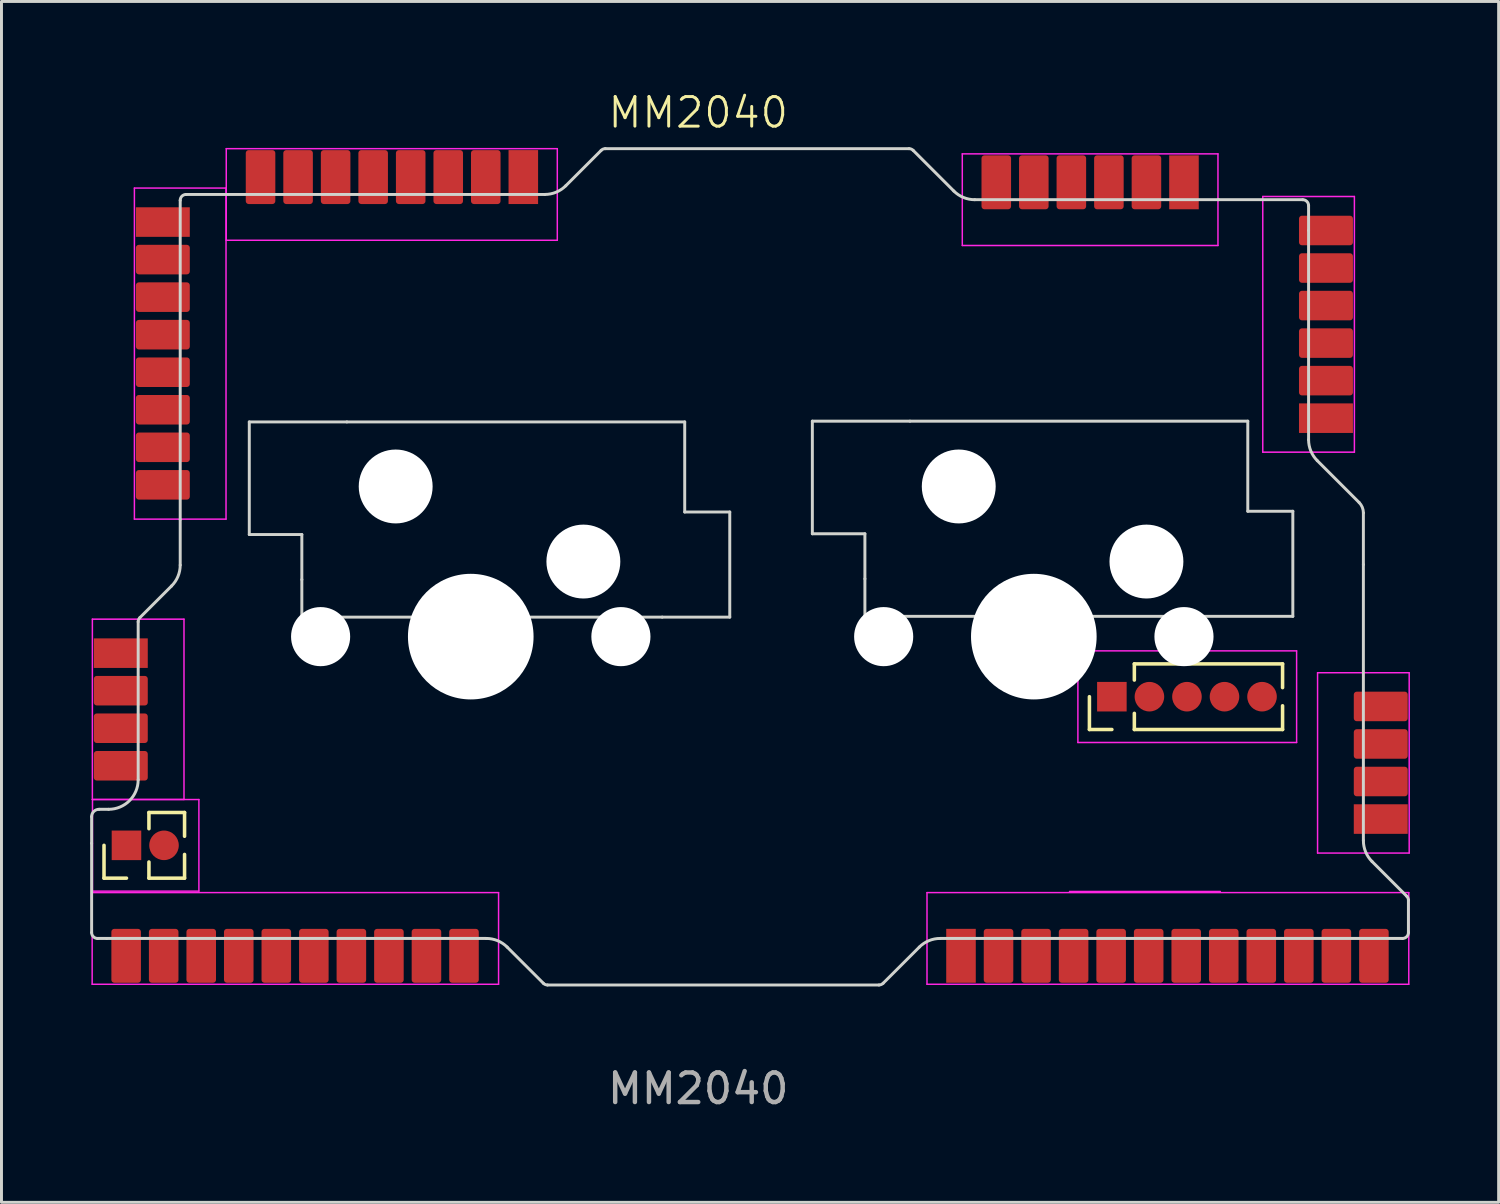
<source format=kicad_pcb>
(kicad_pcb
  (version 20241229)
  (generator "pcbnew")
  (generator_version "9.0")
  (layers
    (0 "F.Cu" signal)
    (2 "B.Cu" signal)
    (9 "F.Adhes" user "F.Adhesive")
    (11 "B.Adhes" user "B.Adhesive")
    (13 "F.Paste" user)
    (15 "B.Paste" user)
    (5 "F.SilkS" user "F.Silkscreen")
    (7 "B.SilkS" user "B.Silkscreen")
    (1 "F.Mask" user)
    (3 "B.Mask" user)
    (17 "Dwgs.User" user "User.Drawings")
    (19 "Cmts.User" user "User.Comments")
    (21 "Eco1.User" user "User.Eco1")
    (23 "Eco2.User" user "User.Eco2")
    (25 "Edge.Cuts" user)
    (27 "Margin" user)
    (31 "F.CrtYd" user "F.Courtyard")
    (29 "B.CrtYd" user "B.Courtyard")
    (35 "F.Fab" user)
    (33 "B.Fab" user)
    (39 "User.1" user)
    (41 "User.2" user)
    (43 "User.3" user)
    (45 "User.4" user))
  (footprint "MM2040"
    (layer "F.Cu")
    (at 23.113 16)
    (property "Reference" "MM2040" (at -2.54 -15.24 0) (unlocked yes) (layer "F.SilkS") (effects (font (size 1 1) (thickness 0.1))))
    (attr smd)
    (fp_line (start -22.644 10.66) (end -22.644 9.55) (stroke (width 0.12) (type solid)) (layer "F.SilkS"))
    (fp_line (start -21.884 10.66) (end -22.644 10.66) (stroke (width 0.12) (type solid)) (layer "F.SilkS"))
    (fp_line (start -21.124 8.44) (end -19.919 8.44) (stroke (width 0.12) (type solid)) (layer "F.SilkS"))
    (fp_line (start -21.124 8.987) (end -21.124 8.44) (stroke (width 0.12) (type solid)) (layer "F.SilkS"))
    (fp_line (start -21.124 10.66) (end -21.124 10.114) (stroke (width 0.12) (type solid)) (layer "F.SilkS"))
    (fp_line (start -21.124 10.66) (end -19.919 10.66) (stroke (width 0.12) (type solid)) (layer "F.SilkS"))
    (fp_line (start -19.919 9.243) (end -19.919 8.44) (stroke (width 0.12) (type solid)) (layer "F.SilkS"))
    (fp_line (start -19.919 10.66) (end -19.919 9.858) (stroke (width 0.12) (type solid)) (layer "F.SilkS"))
    (fp_line (start 10.695 5.631) (end 10.695 4.521) (stroke (width 0.12) (type solid)) (layer "F.SilkS"))
    (fp_line (start 11.455 5.631) (end 10.695 5.631) (stroke (width 0.12) (type solid)) (layer "F.SilkS"))
    (fp_line (start 12.215 3.411) (end 17.23 3.411) (stroke (width 0.12) (type solid)) (layer "F.SilkS"))
    (fp_line (start 12.215 3.958) (end 12.215 3.411) (stroke (width 0.12) (type solid)) (layer "F.SilkS"))
    (fp_line (start 12.215 5.631) (end 12.215 5.085) (stroke (width 0.12) (type solid)) (layer "F.SilkS"))
    (fp_line (start 12.215 5.631) (end 17.23 5.631) (stroke (width 0.12) (type solid)) (layer "F.SilkS"))
    (fp_line (start 17.23 4.214) (end 17.23 3.411) (stroke (width 0.12) (type solid)) (layer "F.SilkS"))
    (fp_line (start 17.23 5.631) (end 17.23 4.829) (stroke (width 0.12) (type solid)) (layer "F.SilkS"))
    (fp_line (start -23.063 8.581) (end -23.063 9.481) (stroke (width 0.1) (type default)) (layer "Edge.Cuts"))
    (fp_line (start -23.063 12.5) (end -23.063 9.481) (stroke (width 0.1) (type default)) (layer "Edge.Cuts"))
    (fp_line (start -22.555 12.7) (end -22.863 12.7) (stroke (width 0.1) (type default)) (layer "Edge.Cuts"))
    (fp_line (start -22.555 12.7) (end -9.711 12.7) (stroke (width 0.1) (type default)) (layer "Edge.Cuts"))
    (fp_line (start -22.488 8.331) (end -22.813 8.331) (stroke (width 0.1) (type default)) (layer "Edge.Cuts"))
    (fp_line (start -21.488 7.331) (end -21.488 1.988) (stroke (width 0.1) (type default)) (layer "Edge.Cuts"))
    (fp_line (start -21.43 1.846) (end -20.359 0.775) (stroke (width 0.1) (type default)) (layer "Edge.Cuts"))
    (fp_line (start -20.066 -1.473) (end -20.066 -12.271) (stroke (width 0.1) (type default)) (layer "Edge.Cuts"))
    (fp_line (start -20.066 -1.473) (end -20.066 0.068) (stroke (width 0.1) (type default)) (layer "Edge.Cuts"))
    (fp_line (start -19.866 -12.471) (end -7.729 -12.471) (stroke (width 0.1) (type default)) (layer "Edge.Cuts"))
    (fp_line (start -17.729 -4.775) (end -17.729 -0.965) (stroke (width 0.1) (type default)) (layer "Edge.Cuts"))
    (fp_line (start -17.729 -0.965) (end -15.951 -0.965) (stroke (width 0.1) (type default)) (layer "Edge.Cuts"))
    (fp_line (start -15.951 -0.965) (end -15.951 0.559) (stroke (width 0.1) (type default)) (layer "Edge.Cuts"))
    (fp_line (start -15.951 1.829) (end -15.951 0.559) (stroke (width 0.1) (type default)) (layer "Edge.Cuts"))
    (fp_line (start -15.951 1.829) (end -3.759 1.829) (stroke (width 0.1) (type default)) (layer "Edge.Cuts"))
    (fp_line (start -14.427 -4.775) (end -17.729 -4.775) (stroke (width 0.1) (type default)) (layer "Edge.Cuts"))
    (fp_line (start -14.427 -4.775) (end -2.997 -4.775) (stroke (width 0.1) (type default)) (layer "Edge.Cuts"))
    (fp_line (start -9.004 12.993) (end -7.78 14.216) (stroke (width 0.1) (type default)) (layer "Edge.Cuts"))
    (fp_line (start -7.639 14.275) (end 3.575 14.275) (stroke (width 0.1) (type default)) (layer "Edge.Cuts"))
    (fp_line (start -7.022 -12.764) (end -5.824 -13.962) (stroke (width 0.1) (type default)) (layer "Edge.Cuts"))
    (fp_line (start -5.683 -14.021) (end 4.591 -14.021) (stroke (width 0.1) (type default)) (layer "Edge.Cuts"))
    (fp_line (start -2.997 -4.775) (end -2.997 -1.727) (stroke (width 0.1) (type default)) (layer "Edge.Cuts"))
    (fp_line (start -2.997 -1.727) (end -1.473 -1.727) (stroke (width 0.1) (type default)) (layer "Edge.Cuts"))
    (fp_line (start -1.473 -1.727) (end -1.473 1.829) (stroke (width 0.1) (type default)) (layer "Edge.Cuts"))
    (fp_line (start -1.473 1.829) (end -3.759 1.829) (stroke (width 0.1) (type default)) (layer "Edge.Cuts"))
    (fp_line (start 1.321 -4.801) (end 1.321 -0.991) (stroke (width 0.1) (type default)) (layer "Edge.Cuts"))
    (fp_line (start 1.321 -0.991) (end 3.099 -0.991) (stroke (width 0.1) (type default)) (layer "Edge.Cuts"))
    (fp_line (start 3.099 -0.991) (end 3.099 0.533) (stroke (width 0.1) (type default)) (layer "Edge.Cuts"))
    (fp_line (start 3.099 1.803) (end 3.099 0.533) (stroke (width 0.1) (type default)) (layer "Edge.Cuts"))
    (fp_line (start 4.623 -4.801) (end 1.321 -4.801) (stroke (width 0.1) (type default)) (layer "Edge.Cuts"))
    (fp_line (start 4.623 -4.801) (end 16.053 -4.801) (stroke (width 0.1) (type default)) (layer "Edge.Cuts"))
    (fp_line (start 4.94 12.993) (end 3.716 14.216) (stroke (width 0.1) (type default)) (layer "Edge.Cuts"))
    (fp_line (start 5.647 12.7) (end 21.288 12.7) (stroke (width 0.1) (type default)) (layer "Edge.Cuts"))
    (fp_line (start 6.108 -12.586) (end 4.732 -13.962) (stroke (width 0.1) (type default)) (layer "Edge.Cuts"))
    (fp_line (start 6.815 -12.294) (end 15.062 -12.294) (stroke (width 0.1) (type default)) (layer "Edge.Cuts"))
    (fp_line (start 16.053 -4.801) (end 16.053 -1.753) (stroke (width 0.1) (type default)) (layer "Edge.Cuts"))
    (fp_line (start 16.053 -1.753) (end 17.577 -1.753) (stroke (width 0.1) (type default)) (layer "Edge.Cuts"))
    (fp_line (start 17.577 -1.753) (end 17.577 1.803) (stroke (width 0.1) (type default)) (layer "Edge.Cuts"))
    (fp_line (start 17.577 1.803) (end 3.099 1.803) (stroke (width 0.1) (type default)) (layer "Edge.Cuts"))
    (fp_line (start 17.91 -12.294) (end 15.062 -12.294) (stroke (width 0.1) (type default)) (layer "Edge.Cuts"))
    (fp_line (start 18.11 -11.252) (end 18.11 -12.094) (stroke (width 0.1) (type default)) (layer "Edge.Cuts"))
    (fp_line (start 18.11 -11.252) (end 18.11 -4.173) (stroke (width 0.1) (type default)) (layer "Edge.Cuts"))
    (fp_line (start 18.403 -3.466) (end 19.818 -2.051) (stroke (width 0.1) (type default)) (layer "Edge.Cuts"))
    (fp_line (start 19.964 0.051) (end 19.964 -1.698) (stroke (width 0.1) (type default)) (layer "Edge.Cuts"))
    (fp_line (start 19.964 9.39) (end 19.964 0.051) (stroke (width 0.1) (type default)) (layer "Edge.Cuts"))
    (fp_line (start 20.257 10.097) (end 21.43 11.27) (stroke (width 0.1) (type default)) (layer "Edge.Cuts"))
    (fp_line (start 21.488 12.5) (end 21.488 11.411) (stroke (width 0.1) (type default)) (layer "Edge.Cuts"))
    (fp_arc (start -23.0632 8.5812) (mid -22.989977 8.404423) (end -22.8132 8.3312) (stroke (width 0.1) (type default)) (layer "Edge.Cuts"))
    (fp_arc (start -22.8632 12.7) (mid -23.004621 12.641421) (end -23.0632 12.5) (stroke (width 0.1) (type default)) (layer "Edge.Cuts"))
    (fp_arc (start -21.4884 1.987843) (mid -21.473191 1.9113) (end -21.429821 1.846421) (stroke (width 0.1) (type default)) (layer "Edge.Cuts"))
    (fp_arc (start -21.4884 7.3312) (mid -21.781293 8.038307) (end -22.4884 8.3312) (stroke (width 0.1) (type default)) (layer "Edge.Cuts"))
    (fp_arc (start -20.066 -12.2714) (mid -20.007421 -12.412821) (end -19.866 -12.4714) (stroke (width 0.1) (type default)) (layer "Edge.Cuts"))
    (fp_arc (start -20.066 0.068386) (mid -20.142116 0.451071) (end -20.358893 0.775493) (stroke (width 0.1) (type default)) (layer "Edge.Cuts"))
    (fp_arc (start -9.710614 12.7) (mid -9.327931 12.776123) (end -9.003507 12.992893) (stroke (width 0.1) (type default)) (layer "Edge.Cuts"))
    (fp_arc (start -7.638757 14.2748) (mid -7.7153 14.259591) (end -7.780178 14.216222) (stroke (width 0.1) (type default)) (layer "Edge.Cuts"))
    (fp_arc (start -7.022307 -12.764293) (mid -7.346741 -12.547545) (end -7.729414 -12.4714) (stroke (width 0.1) (type default)) (layer "Edge.Cuts"))
    (fp_arc (start -5.824378 -13.962222) (mid -5.759484 -14.005554) (end -5.682957 -14.0208) (stroke (width 0.1) (type default)) (layer "Edge.Cuts"))
    (fp_arc (start 3.716178 14.216222) (mid 3.651288 14.259563) (end 3.574757 14.2748) (stroke (width 0.1) (type default)) (layer "Edge.Cuts"))
    (fp_arc (start 4.590757 -14.0208) (mid 4.6673 -14.005591) (end 4.732178 -13.962222) (stroke (width 0.1) (type default)) (layer "Edge.Cuts"))
    (fp_arc (start 4.939507 12.992893) (mid 5.263932 12.776125) (end 5.646614 12.7) (stroke (width 0.1) (type default)) (layer "Edge.Cuts"))
    (fp_arc (start 6.815014 -12.2936) (mid 6.432331 -12.369723) (end 6.107907 -12.586493) (stroke (width 0.1) (type default)) (layer "Edge.Cuts"))
    (fp_arc (start 17.9102 -12.2936) (mid 18.051621 -12.235021) (end 18.1102 -12.0936) (stroke (width 0.1) (type default)) (layer "Edge.Cuts"))
    (fp_arc (start 18.403093 -3.466307) (mid 18.186322 -3.790732) (end 18.1102 -4.173414) (stroke (width 0.1) (type default)) (layer "Edge.Cuts"))
    (fp_arc (start 19.817954 -2.051446) (mid 19.926338 -1.889234) (end 19.9644 -1.697893) (stroke (width 0.1) (type default)) (layer "Edge.Cuts"))
    (fp_arc (start 20.257293 10.097293) (mid 20.040546 9.772863) (end 19.9644 9.390186) (stroke (width 0.1) (type default)) (layer "Edge.Cuts"))
    (fp_arc (start 21.429822 11.269822) (mid 21.473164 11.334714) (end 21.4884 11.411243) (stroke (width 0.1) (type default)) (layer "Edge.Cuts"))
    (fp_arc (start 21.4884 12.5) (mid 21.429821 12.641421) (end 21.2884 12.7) (stroke (width 0.1) (type default)) (layer "Edge.Cuts"))
    (fp_line (start -23.045 11.15) (end -23.045 14.25) (stroke (width 0.05) (type solid)) (layer "F.CrtYd"))
    (fp_line (start -23.045 14.25) (end -9.295 14.25) (stroke (width 0.05) (type solid)) (layer "F.CrtYd"))
    (fp_line (start -23.038 1.898) (end -23.038 7.998) (stroke (width 0.05) (type solid)) (layer "F.CrtYd"))
    (fp_line (start -23.038 7.998) (end -19.938 7.998) (stroke (width 0.05) (type solid)) (layer "F.CrtYd"))
    (fp_line (start -23.034 8) (end -23.034 11.1) (stroke (width 0.05) (type solid)) (layer "F.CrtYd"))
    (fp_line (start -23.034 11.1) (end -19.434 11.1) (stroke (width 0.05) (type solid)) (layer "F.CrtYd"))
    (fp_line (start -21.616 -12.687) (end -21.616 -1.487) (stroke (width 0.05) (type solid)) (layer "F.CrtYd"))
    (fp_line (start -21.616 -1.487) (end -18.516 -1.487) (stroke (width 0.05) (type solid)) (layer "F.CrtYd"))
    (fp_line (start -19.938 1.898) (end -23.038 1.898) (stroke (width 0.05) (type solid)) (layer "F.CrtYd"))
    (fp_line (start -19.938 7.998) (end -19.938 1.898) (stroke (width 0.05) (type solid)) (layer "F.CrtYd"))
    (fp_line (start -19.434 8) (end -23.034 8) (stroke (width 0.05) (type solid)) (layer "F.CrtYd"))
    (fp_line (start -19.434 11.1) (end -19.434 8) (stroke (width 0.05) (type solid)) (layer "F.CrtYd"))
    (fp_line (start -18.516 -12.687) (end -21.616 -12.687) (stroke (width 0.05) (type solid)) (layer "F.CrtYd"))
    (fp_line (start -18.516 -1.487) (end -18.516 -12.687) (stroke (width 0.05) (type solid)) (layer "F.CrtYd"))
    (fp_line (start -18.508 -14.021) (end -18.508 -10.921) (stroke (width 0.05) (type solid)) (layer "F.CrtYd"))
    (fp_line (start -18.508 -10.921) (end -7.308 -10.921) (stroke (width 0.05) (type solid)) (layer "F.CrtYd"))
    (fp_line (start -9.295 11.15) (end -23.045 11.15) (stroke (width 0.05) (type solid)) (layer "F.CrtYd"))
    (fp_line (start -9.295 14.25) (end -9.295 11.15) (stroke (width 0.05) (type solid)) (layer "F.CrtYd"))
    (fp_line (start -7.308 -14.021) (end -18.508 -14.021) (stroke (width 0.05) (type solid)) (layer "F.CrtYd"))
    (fp_line (start -7.308 -10.921) (end -7.308 -14.021) (stroke (width 0.05) (type solid)) (layer "F.CrtYd"))
    (fp_line (start 5.2 11.15) (end 5.2 14.25) (stroke (width 0.05) (type solid)) (layer "F.CrtYd"))
    (fp_line (start 5.2 14.25) (end 21.5 14.25) (stroke (width 0.05) (type solid)) (layer "F.CrtYd"))
    (fp_line (start 6.394 -13.844) (end 6.394 -10.744) (stroke (width 0.05) (type solid)) (layer "F.CrtYd"))
    (fp_line (start 6.394 -10.744) (end 15.044 -10.744) (stroke (width 0.05) (type solid)) (layer "F.CrtYd"))
    (fp_line (start 10.023 11.111) (end 15.123 11.111) (stroke (width 0.05) (type solid)) (layer "F.CrtYd"))
    (fp_line (start 10.305 2.971) (end 10.305 6.071) (stroke (width 0.05) (type solid)) (layer "F.CrtYd"))
    (fp_line (start 10.305 6.071) (end 17.705 6.071) (stroke (width 0.05) (type solid)) (layer "F.CrtYd"))
    (fp_line (start 15.044 -13.844) (end 6.394 -13.844) (stroke (width 0.05) (type solid)) (layer "F.CrtYd"))
    (fp_line (start 15.044 -10.744) (end 15.044 -13.844) (stroke (width 0.05) (type solid)) (layer "F.CrtYd"))
    (fp_line (start 16.56 -12.402) (end 16.56 -3.752) (stroke (width 0.05) (type solid)) (layer "F.CrtYd"))
    (fp_line (start 16.56 -3.752) (end 19.66 -3.752) (stroke (width 0.05) (type solid)) (layer "F.CrtYd"))
    (fp_line (start 17.705 2.971) (end 10.305 2.971) (stroke (width 0.05) (type solid)) (layer "F.CrtYd"))
    (fp_line (start 17.705 6.071) (end 17.705 2.971) (stroke (width 0.05) (type solid)) (layer "F.CrtYd"))
    (fp_line (start 18.414 3.711) (end 18.414 9.811) (stroke (width 0.05) (type solid)) (layer "F.CrtYd"))
    (fp_line (start 18.414 9.811) (end 21.514 9.811) (stroke (width 0.05) (type solid)) (layer "F.CrtYd"))
    (fp_line (start 19.66 -12.402) (end 16.56 -12.402) (stroke (width 0.05) (type solid)) (layer "F.CrtYd"))
    (fp_line (start 19.66 -3.752) (end 19.66 -12.402) (stroke (width 0.05) (type solid)) (layer "F.CrtYd"))
    (fp_line (start 21.5 11.15) (end 5.2 11.15) (stroke (width 0.05) (type solid)) (layer "F.CrtYd"))
    (fp_line (start 21.5 14.25) (end 21.5 11.15) (stroke (width 0.05) (type solid)) (layer "F.CrtYd"))
    (fp_line (start 21.514 3.711) (end 18.414 3.711) (stroke (width 0.05) (type solid)) (layer "F.CrtYd"))
    (fp_line (start 21.514 9.811) (end 21.514 3.711) (stroke (width 0.05) (type solid)) (layer "F.CrtYd"))
    (fp_text user "${REFERENCE}" (at -2.54 17.78 0) (unlocked yes) (layer "F.Fab") (effects (font (size 1 1) (thickness 0.15))))
    (pad "" np_thru_hole circle (at -15.316 2.489 131.901) (size 2 2) (drill 2) (layers "*.Cu" "*.Mask"))
    (pad "" np_thru_hole circle (at -12.776 -2.591 180) (size 2.5 2.5) (drill 2.5) (layers "*.Cu" "*.Mask"))
    (pad "" np_thru_hole circle (at -10.236 2.489 180) (size 4.25 4.25) (drill 4.25) (layers "*.Cu" "*.Mask"))
    (pad "" np_thru_hole circle (at -6.426 -0.051 180) (size 2.5 2.5) (drill 2.5) (layers "*.Cu" "*.Mask"))
    (pad "" np_thru_hole circle (at -5.156 2.489 131.901) (size 2 2) (drill 2) (layers "*.Cu" "*.Mask"))
    (pad "" np_thru_hole circle (at 3.734 2.489 131.901) (size 2 2) (drill 2) (layers "*.Cu" "*.Mask"))
    (pad "" np_thru_hole circle (at 6.274 -2.591 180) (size 2.5 2.5) (drill 2.5) (layers "*.Cu" "*.Mask"))
    (pad "" np_thru_hole circle (at 8.814 2.489 180) (size 4.25 4.25) (drill 4.25) (layers "*.Cu" "*.Mask"))
    (pad "" np_thru_hole circle (at 12.624 -0.051 180) (size 2.5 2.5) (drill 2.5) (layers "*.Cu" "*.Mask"))
    (pad "" np_thru_hole circle (at 13.894 2.489 131.901) (size 2 2) (drill 2) (layers "*.Cu" "*.Mask"))
    (pad "1" smd rect (at 18.11 -4.902) (size 1.825 1) (drill (offset 0.588 0)) (layers "F.Cu" "F.Mask" "F.Paste"))
    (pad "2" smd roundrect (at 18.11 -6.172) (size 1.825 1) (drill (offset 0.588 0)) (layers "F.Cu" "F.Mask" "F.Paste") (roundrect_rratio 0.1))
    (pad "3" smd roundrect (at 18.11 -7.442) (size 1.825 1) (drill (offset 0.588 0)) (layers "F.Cu" "F.Mask" "F.Paste") (roundrect_rratio 0.1))
    (pad "4" smd roundrect (at 18.11 -8.712) (size 1.825 1) (drill (offset 0.588 0)) (layers "F.Cu" "F.Mask" "F.Paste") (roundrect_rratio 0.1))
    (pad "5" smd roundrect (at 18.11 -9.982) (size 1.825 1) (drill (offset 0.588 0)) (layers "F.Cu" "F.Mask" "F.Paste") (roundrect_rratio 0.1))
    (pad "6" smd roundrect (at 18.11 -11.252) (size 1.825 1) (drill (offset 0.588 0)) (layers "F.Cu" "F.Mask" "F.Paste") (roundrect_rratio 0.1))
    (pad "7" smd rect (at 13.894 -12.294 90) (size 1.825 1) (drill (offset 0.588 0)) (layers "F.Cu" "F.Mask" "F.Paste"))
    (pad "8" smd roundrect (at 12.624 -12.294 90) (size 1.825 1) (drill (offset 0.588 0)) (layers "F.Cu" "F.Mask" "F.Paste") (roundrect_rratio 0.1))
    (pad "9" smd roundrect (at 11.354 -12.294 90) (size 1.825 1) (drill (offset 0.588 0)) (layers "F.Cu" "F.Mask" "F.Paste") (roundrect_rratio 0.1))
    (pad "10" smd roundrect (at 10.084 -12.294 90) (size 1.825 1) (drill (offset 0.588 0)) (layers "F.Cu" "F.Mask" "F.Paste") (roundrect_rratio 0.1))
    (pad "11" smd roundrect (at 8.814 -12.294 90) (size 1.825 1) (drill (offset 0.588 0)) (layers "F.Cu" "F.Mask" "F.Paste") (roundrect_rratio 0.1))
    (pad "12" smd roundrect (at 7.544 -12.294 90) (size 1.825 1) (drill (offset 0.588 0)) (layers "F.Cu" "F.Mask" "F.Paste") (roundrect_rratio 0.1))
    (pad "13" smd rect (at -8.458 -12.471 90) (size 1.825 1) (drill (offset 0.588 0)) (layers "F.Cu" "F.Mask" "F.Paste"))
    (pad "14" smd roundrect (at -9.728 -12.471 90) (size 1.825 1) (drill (offset 0.588 0)) (layers "F.Cu" "F.Mask" "F.Paste") (roundrect_rratio 0.1))
    (pad "15" smd roundrect (at -10.998 -12.471 90) (size 1.825 1) (drill (offset 0.588 0)) (layers "F.Cu" "F.Mask" "F.Paste") (roundrect_rratio 0.1))
    (pad "16" smd roundrect (at -12.268 -12.471 90) (size 1.825 1) (drill (offset 0.588 0)) (layers "F.Cu" "F.Mask" "F.Paste") (roundrect_rratio 0.1))
    (pad "17" smd roundrect (at -13.538 -12.471 90) (size 1.825 1) (drill (offset 0.588 0)) (layers "F.Cu" "F.Mask" "F.Paste") (roundrect_rratio 0.1))
    (pad "18" smd roundrect (at -14.808 -12.471 90) (size 1.825 1) (drill (offset 0.588 0)) (layers "F.Cu" "F.Mask" "F.Paste") (roundrect_rratio 0.1))
    (pad "19" smd roundrect (at -16.078 -12.471 90) (size 1.825 1) (drill (offset 0.588 0)) (layers "F.Cu" "F.Mask" "F.Paste") (roundrect_rratio 0.1))
    (pad "20" smd roundrect (at -17.348 -12.471 90) (size 1.825 1) (drill (offset 0.588 0)) (layers "F.Cu" "F.Mask" "F.Paste") (roundrect_rratio 0.1))
    (pad "21" smd rect (at -20.066 -11.537 180) (size 1.825 1) (drill (offset 0.588 0)) (layers "F.Cu" "F.Mask" "F.Paste"))
    (pad "22" smd roundrect (at -20.066 -10.267 180) (size 1.825 1) (drill (offset 0.588 0)) (layers "F.Cu" "F.Mask" "F.Paste") (roundrect_rratio 0.1))
    (pad "23" smd roundrect (at -20.066 -8.997 180) (size 1.825 1) (drill (offset 0.588 0)) (layers "F.Cu" "F.Mask" "F.Paste") (roundrect_rratio 0.1))
    (pad "24" smd roundrect (at -20.066 -7.727 180) (size 1.825 1) (drill (offset 0.588 0)) (layers "F.Cu" "F.Mask" "F.Paste") (roundrect_rratio 0.1))
    (pad "25" smd roundrect (at -20.066 -6.457 180) (size 1.825 1) (drill (offset 0.588 0)) (layers "F.Cu" "F.Mask" "F.Paste") (roundrect_rratio 0.1))
    (pad "26" smd roundrect (at -20.066 -5.187 180) (size 1.825 1) (drill (offset 0.588 0)) (layers "F.Cu" "F.Mask" "F.Paste") (roundrect_rratio 0.1))
    (pad "27" smd roundrect (at -20.066 -3.917 180) (size 1.825 1) (drill (offset 0.588 0)) (layers "F.Cu" "F.Mask" "F.Paste") (roundrect_rratio 0.1))
    (pad "28" smd roundrect (at -20.066 -2.647 180) (size 1.825 1) (drill (offset 0.588 0)) (layers "F.Cu" "F.Mask" "F.Paste") (roundrect_rratio 0.1))
    (pad "29" smd roundrect (at -21.895 12.7 270) (size 1.825 1) (drill (offset 0.588 0)) (layers "F.Cu" "F.Mask" "F.Paste") (roundrect_rratio 0.1))
    (pad "30" smd roundrect (at -20.625 12.7 270) (size 1.825 1) (drill (offset 0.588 0)) (layers "F.Cu" "F.Mask" "F.Paste") (roundrect_rratio 0.1))
    (pad "31" smd roundrect (at -19.355 12.7 270) (size 1.825 1) (drill (offset 0.588 0)) (layers "F.Cu" "F.Mask" "F.Paste") (roundrect_rratio 0.1))
    (pad "32" smd roundrect (at -18.085 12.7 270) (size 1.825 1) (drill (offset 0.588 0)) (layers "F.Cu" "F.Mask" "F.Paste") (roundrect_rratio 0.1))
    (pad "33" smd roundrect (at -16.815 12.7 270) (size 1.825 1) (drill (offset 0.588 0)) (layers "F.Cu" "F.Mask" "F.Paste") (roundrect_rratio 0.1))
    (pad "34" smd roundrect (at -15.545 12.7 270) (size 1.825 1) (drill (offset 0.588 0)) (layers "F.Cu" "F.Mask" "F.Paste") (roundrect_rratio 0.1))
    (pad "35" smd roundrect (at -14.275 12.7 270) (size 1.825 1) (drill (offset 0.588 0)) (layers "F.Cu" "F.Mask" "F.Paste") (roundrect_rratio 0.1))
    (pad "36" smd roundrect (at -13.005 12.7 270) (size 1.825 1) (drill (offset 0.588 0)) (layers "F.Cu" "F.Mask" "F.Paste") (roundrect_rratio 0.1))
    (pad "37" smd roundrect (at -11.735 12.7 270) (size 1.825 1) (drill (offset 0.588 0)) (layers "F.Cu" "F.Mask" "F.Paste") (roundrect_rratio 0.1))
    (pad "38" smd roundrect (at -10.465 12.7 270) (size 1.825 1) (drill (offset 0.588 0)) (layers "F.Cu" "F.Mask" "F.Paste") (roundrect_rratio 0.1))
    (pad "39" smd rect (at 6.35 12.7 270) (size 1.825 1) (drill (offset 0.588 0)) (layers "F.Cu" "F.Mask" "F.Paste"))
    (pad "40" smd roundrect (at 7.62 12.7 270) (size 1.825 1) (drill (offset 0.588 0)) (layers "F.Cu" "F.Mask" "F.Paste") (roundrect_rratio 0.1))
    (pad "41" smd roundrect (at 8.89 12.7 270) (size 1.825 1) (drill (offset 0.588 0)) (layers "F.Cu" "F.Mask" "F.Paste") (roundrect_rratio 0.1))
    (pad "42" smd roundrect (at 10.16 12.7 270) (size 1.825 1) (drill (offset 0.588 0)) (layers "F.Cu" "F.Mask" "F.Paste") (roundrect_rratio 0.1))
    (pad "43" smd roundrect (at 11.43 12.7 270) (size 1.825 1) (drill (offset 0.588 0)) (layers "F.Cu" "F.Mask" "F.Paste") (roundrect_rratio 0.1))
    (pad "44" smd roundrect (at 12.7 12.7 270) (size 1.825 1) (drill (offset 0.588 0)) (layers "F.Cu" "F.Mask" "F.Paste") (roundrect_rratio 0.1))
    (pad "45" smd roundrect (at 13.97 12.7 270) (size 1.825 1) (drill (offset 0.588 0)) (layers "F.Cu" "F.Mask" "F.Paste") (roundrect_rratio 0.1))
    (pad "46" smd roundrect (at 15.24 12.7 270) (size 1.825 1) (drill (offset 0.588 0)) (layers "F.Cu" "F.Mask" "F.Paste") (roundrect_rratio 0.1))
    (pad "47" smd roundrect (at 16.51 12.7 270) (size 1.825 1) (drill (offset 0.588 0)) (layers "F.Cu" "F.Mask" "F.Paste") (roundrect_rratio 0.1))
    (pad "48" smd roundrect (at 17.78 12.7 270) (size 1.825 1) (drill (offset 0.588 0)) (layers "F.Cu" "F.Mask" "F.Paste") (roundrect_rratio 0.1))
    (pad "49" smd roundrect (at 19.05 12.7 270) (size 1.825 1) (drill (offset 0.588 0)) (layers "F.Cu" "F.Mask" "F.Paste") (roundrect_rratio 0.1))
    (pad "50" smd roundrect (at 20.32 12.7 270) (size 1.825 1) (drill (offset 0.588 0)) (layers "F.Cu" "F.Mask" "F.Paste") (roundrect_rratio 0.1))
    (pad "51" smd roundrect (at 19.964 6.121) (size 1.825 1) (drill (offset 0.588 0)) (layers "F.Cu" "F.Mask" "F.Paste") (roundrect_rratio 0.1))
    (pad "52" smd roundrect (at 19.964 7.391) (size 1.825 1) (drill (offset 0.588 0)) (layers "F.Cu" "F.Mask" "F.Paste") (roundrect_rratio 0.1))
    (pad "53" smd roundrect (at -21.488 5.588 180) (size 1.825 1) (drill (offset 0.588 0)) (layers "F.Cu" "F.Mask" "F.Paste") (roundrect_rratio 0.1))
    (pad "54" smd roundrect (at -21.488 4.318 180) (size 1.825 1) (drill (offset 0.588 0)) (layers "F.Cu" "F.Mask" "F.Paste") (roundrect_rratio 0.1))
    (pad "55" smd rect (at -21.488 3.048 180) (size 1.825 1) (drill (offset 0.588 0)) (layers "F.Cu" "F.Mask" "F.Paste"))
    (pad "56" smd roundrect (at 19.964 4.851) (size 1.825 1) (drill (offset 0.588 0)) (layers "F.Cu" "F.Mask" "F.Paste") (roundrect_rratio 0.1))
    (pad "57" smd roundrect (at -21.488 6.858 180) (size 1.825 1) (drill (offset 0.588 0)) (layers "F.Cu" "F.Mask" "F.Paste") (roundrect_rratio 0.1))
    (pad "58" smd rect (at 19.964 8.661) (size 1.825 1) (drill (offset 0.588 0)) (layers "F.Cu" "F.Mask" "F.Paste"))
    (pad "59" smd rect (at -21.884 9.55 270) (size 1 1) (layers "F.Cu" "F.Mask" "F.Paste"))
    (pad "60" smd oval (at -20.614 9.55 270) (size 1 1) (layers "F.Cu" "F.Mask" "F.Paste"))
    (pad "61" smd oval (at 12.725 4.521 270) (size 1 1) (layers "F.Cu" "F.Mask" "F.Paste"))
    (pad "62" smd rect (at 11.455 4.521 270) (size 1 1) (layers "F.Cu" "F.Mask" "F.Paste"))
    (pad "63" smd oval (at 13.995 4.521 270) (size 1 1) (layers "F.Cu" "F.Mask" "F.Paste"))
    (pad "64" smd oval (at 15.265 4.521 270) (size 1 1) (layers "F.Cu" "F.Mask" "F.Paste"))
    (pad "65" smd oval (at 16.535 4.521 270) (size 1 1) (layers "F.Cu" "F.Mask" "F.Paste")))
  (gr_rect
    (start -3 -3)
    (end 47.653 37.629)
    (stroke (width 0.1) (type default))
    (fill no)
    (layer "Edge.Cuts")))
</source>
